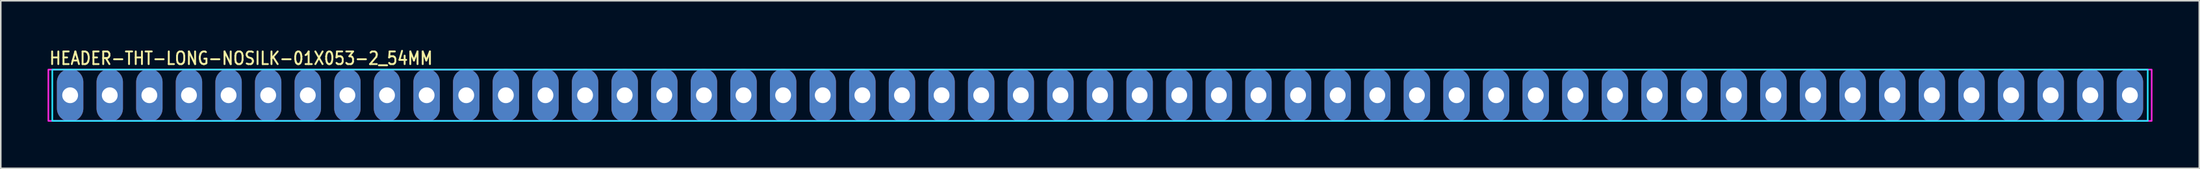
<source format=kicad_pcb>
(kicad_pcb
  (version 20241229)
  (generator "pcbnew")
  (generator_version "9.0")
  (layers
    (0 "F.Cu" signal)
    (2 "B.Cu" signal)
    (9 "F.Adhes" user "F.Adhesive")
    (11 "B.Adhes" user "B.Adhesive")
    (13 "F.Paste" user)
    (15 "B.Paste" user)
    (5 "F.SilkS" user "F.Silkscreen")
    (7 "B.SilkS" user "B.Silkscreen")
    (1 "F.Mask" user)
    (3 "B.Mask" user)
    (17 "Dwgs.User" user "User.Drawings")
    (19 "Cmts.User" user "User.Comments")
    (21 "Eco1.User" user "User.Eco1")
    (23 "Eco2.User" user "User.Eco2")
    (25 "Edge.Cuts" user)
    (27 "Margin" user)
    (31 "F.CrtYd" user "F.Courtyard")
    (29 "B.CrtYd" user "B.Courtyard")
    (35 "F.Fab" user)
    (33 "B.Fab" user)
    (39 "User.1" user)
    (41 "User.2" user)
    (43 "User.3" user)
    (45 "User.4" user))
  (footprint "HEADER-THT-LONG-NOSILK-01X053-2_54MM"
    (layer "F.Cu")
    (at 1.447 3.079)
    (property "Reference" "HEADER-THT-LONG-NOSILK-01X053-2_54MM" (at -1.4 -1.9 0) (unlocked yes) (layer "F.SilkS") (effects (font (size 0.813 0.695) (thickness 0.122)) (justify left bottom)))
    (fp_poly (pts (xy -1.143 -1.651) (xy 133.223 -1.651) (xy 133.223 1.651) (xy -1.143 1.651)) (stroke (width 0.1) (type solid)) (fill no) (layer "B.CrtYd"))
    (fp_poly (pts (xy -1.397 -1.651) (xy 133.477 -1.651) (xy 133.477 1.651) (xy -1.397 1.651)) (stroke (width 0.1) (type solid)) (fill no) (layer "F.CrtYd"))
    (pad "1" thru_hole oval (at 0 0 90) (size 3.387 1.693) (drill 1.016) (layers "*.Cu" "*.Mask"))
    (pad "2" thru_hole oval (at 2.54 0 90) (size 3.387 1.693) (drill 1.016) (layers "*.Cu" "*.Mask"))
    (pad "3" thru_hole oval (at 5.08 0 90) (size 3.387 1.693) (drill 1.016) (layers "*.Cu" "*.Mask"))
    (pad "4" thru_hole oval (at 7.62 0 90) (size 3.387 1.693) (drill 1.016) (layers "*.Cu" "*.Mask"))
    (pad "5" thru_hole oval (at 10.16 0 90) (size 3.387 1.693) (drill 1.016) (layers "*.Cu" "*.Mask"))
    (pad "6" thru_hole oval (at 12.7 0 90) (size 3.387 1.693) (drill 1.016) (layers "*.Cu" "*.Mask"))
    (pad "7" thru_hole oval (at 15.24 0 90) (size 3.387 1.693) (drill 1.016) (layers "*.Cu" "*.Mask"))
    (pad "8" thru_hole oval (at 17.78 0 90) (size 3.387 1.693) (drill 1.016) (layers "*.Cu" "*.Mask"))
    (pad "9" thru_hole oval (at 20.32 0 90) (size 3.387 1.693) (drill 1.016) (layers "*.Cu" "*.Mask"))
    (pad "10" thru_hole oval (at 22.86 0 90) (size 3.387 1.693) (drill 1.016) (layers "*.Cu" "*.Mask"))
    (pad "11" thru_hole oval (at 25.4 0 90) (size 3.387 1.693) (drill 1.016) (layers "*.Cu" "*.Mask"))
    (pad "12" thru_hole oval (at 27.94 0 90) (size 3.387 1.693) (drill 1.016) (layers "*.Cu" "*.Mask"))
    (pad "13" thru_hole oval (at 30.48 0 90) (size 3.387 1.693) (drill 1.016) (layers "*.Cu" "*.Mask"))
    (pad "14" thru_hole oval (at 33.02 0 90) (size 3.387 1.693) (drill 1.016) (layers "*.Cu" "*.Mask"))
    (pad "15" thru_hole oval (at 35.56 0 90) (size 3.387 1.693) (drill 1.016) (layers "*.Cu" "*.Mask"))
    (pad "16" thru_hole oval (at 38.1 0 90) (size 3.387 1.693) (drill 1.016) (layers "*.Cu" "*.Mask"))
    (pad "17" thru_hole oval (at 40.64 0 90) (size 3.387 1.693) (drill 1.016) (layers "*.Cu" "*.Mask"))
    (pad "18" thru_hole oval (at 43.18 0 90) (size 3.387 1.693) (drill 1.016) (layers "*.Cu" "*.Mask"))
    (pad "19" thru_hole oval (at 45.72 0 90) (size 3.387 1.693) (drill 1.016) (layers "*.Cu" "*.Mask"))
    (pad "20" thru_hole oval (at 48.26 0 90) (size 3.387 1.693) (drill 1.016) (layers "*.Cu" "*.Mask"))
    (pad "21" thru_hole oval (at 50.8 0 90) (size 3.387 1.693) (drill 1.016) (layers "*.Cu" "*.Mask"))
    (pad "22" thru_hole oval (at 53.34 0 90) (size 3.387 1.693) (drill 1.016) (layers "*.Cu" "*.Mask"))
    (pad "23" thru_hole oval (at 55.88 0 90) (size 3.387 1.693) (drill 1.016) (layers "*.Cu" "*.Mask"))
    (pad "24" thru_hole oval (at 58.42 0 90) (size 3.387 1.693) (drill 1.016) (layers "*.Cu" "*.Mask"))
    (pad "25" thru_hole oval (at 60.96 0 90) (size 3.387 1.693) (drill 1.016) (layers "*.Cu" "*.Mask"))
    (pad "26" thru_hole oval (at 63.5 0 90) (size 3.387 1.693) (drill 1.016) (layers "*.Cu" "*.Mask"))
    (pad "27" thru_hole oval (at 66.04 0 90) (size 3.387 1.693) (drill 1.016) (layers "*.Cu" "*.Mask"))
    (pad "28" thru_hole oval (at 68.58 0 90) (size 3.387 1.693) (drill 1.016) (layers "*.Cu" "*.Mask"))
    (pad "29" thru_hole oval (at 71.12 0 90) (size 3.387 1.693) (drill 1.016) (layers "*.Cu" "*.Mask"))
    (pad "30" thru_hole oval (at 73.66 0 90) (size 3.387 1.693) (drill 1.016) (layers "*.Cu" "*.Mask"))
    (pad "31" thru_hole oval (at 76.2 0 90) (size 3.387 1.693) (drill 1.016) (layers "*.Cu" "*.Mask"))
    (pad "32" thru_hole oval (at 78.74 0 90) (size 3.387 1.693) (drill 1.016) (layers "*.Cu" "*.Mask"))
    (pad "33" thru_hole oval (at 81.28 0 90) (size 3.387 1.693) (drill 1.016) (layers "*.Cu" "*.Mask"))
    (pad "34" thru_hole oval (at 83.82 0 90) (size 3.387 1.693) (drill 1.016) (layers "*.Cu" "*.Mask"))
    (pad "35" thru_hole oval (at 86.36 0 90) (size 3.387 1.693) (drill 1.016) (layers "*.Cu" "*.Mask"))
    (pad "36" thru_hole oval (at 88.9 0 90) (size 3.387 1.693) (drill 1.016) (layers "*.Cu" "*.Mask"))
    (pad "37" thru_hole oval (at 91.44 0 90) (size 3.387 1.693) (drill 1.016) (layers "*.Cu" "*.Mask"))
    (pad "38" thru_hole oval (at 93.98 0 90) (size 3.387 1.693) (drill 1.016) (layers "*.Cu" "*.Mask"))
    (pad "39" thru_hole oval (at 96.52 0 90) (size 3.387 1.693) (drill 1.016) (layers "*.Cu" "*.Mask"))
    (pad "40" thru_hole oval (at 99.06 0 90) (size 3.387 1.693) (drill 1.016) (layers "*.Cu" "*.Mask"))
    (pad "41" thru_hole oval (at 101.6 0 90) (size 3.387 1.693) (drill 1.016) (layers "*.Cu" "*.Mask"))
    (pad "42" thru_hole oval (at 104.14 0 90) (size 3.387 1.693) (drill 1.016) (layers "*.Cu" "*.Mask"))
    (pad "43" thru_hole oval (at 106.68 0 90) (size 3.387 1.693) (drill 1.016) (layers "*.Cu" "*.Mask"))
    (pad "44" thru_hole oval (at 109.22 0 90) (size 3.387 1.693) (drill 1.016) (layers "*.Cu" "*.Mask"))
    (pad "45" thru_hole oval (at 111.76 0 90) (size 3.387 1.693) (drill 1.016) (layers "*.Cu" "*.Mask"))
    (pad "46" thru_hole oval (at 114.3 0 90) (size 3.387 1.693) (drill 1.016) (layers "*.Cu" "*.Mask"))
    (pad "47" thru_hole oval (at 116.84 0 90) (size 3.387 1.693) (drill 1.016) (layers "*.Cu" "*.Mask"))
    (pad "48" thru_hole oval (at 119.38 0 90) (size 3.387 1.693) (drill 1.016) (layers "*.Cu" "*.Mask"))
    (pad "49" thru_hole oval (at 121.92 0 90) (size 3.387 1.693) (drill 1.016) (layers "*.Cu" "*.Mask"))
    (pad "50" thru_hole oval (at 124.46 0 90) (size 3.387 1.693) (drill 1.016) (layers "*.Cu" "*.Mask"))
    (pad "51" thru_hole oval (at 127 0 90) (size 3.387 1.693) (drill 1.016) (layers "*.Cu" "*.Mask"))
    (pad "52" thru_hole oval (at 129.54 0 90) (size 3.387 1.693) (drill 1.016) (layers "*.Cu" "*.Mask"))
    (pad "53" thru_hole oval (at 132.08 0 90) (size 3.387 1.693) (drill 1.016) (layers "*.Cu" "*.Mask")))
  (gr_rect
    (start -3 -3)
    (end 137.974 7.78)
    (stroke (width 0.1) (type default))
    (fill no)
    (layer "Edge.Cuts")))
</source>
